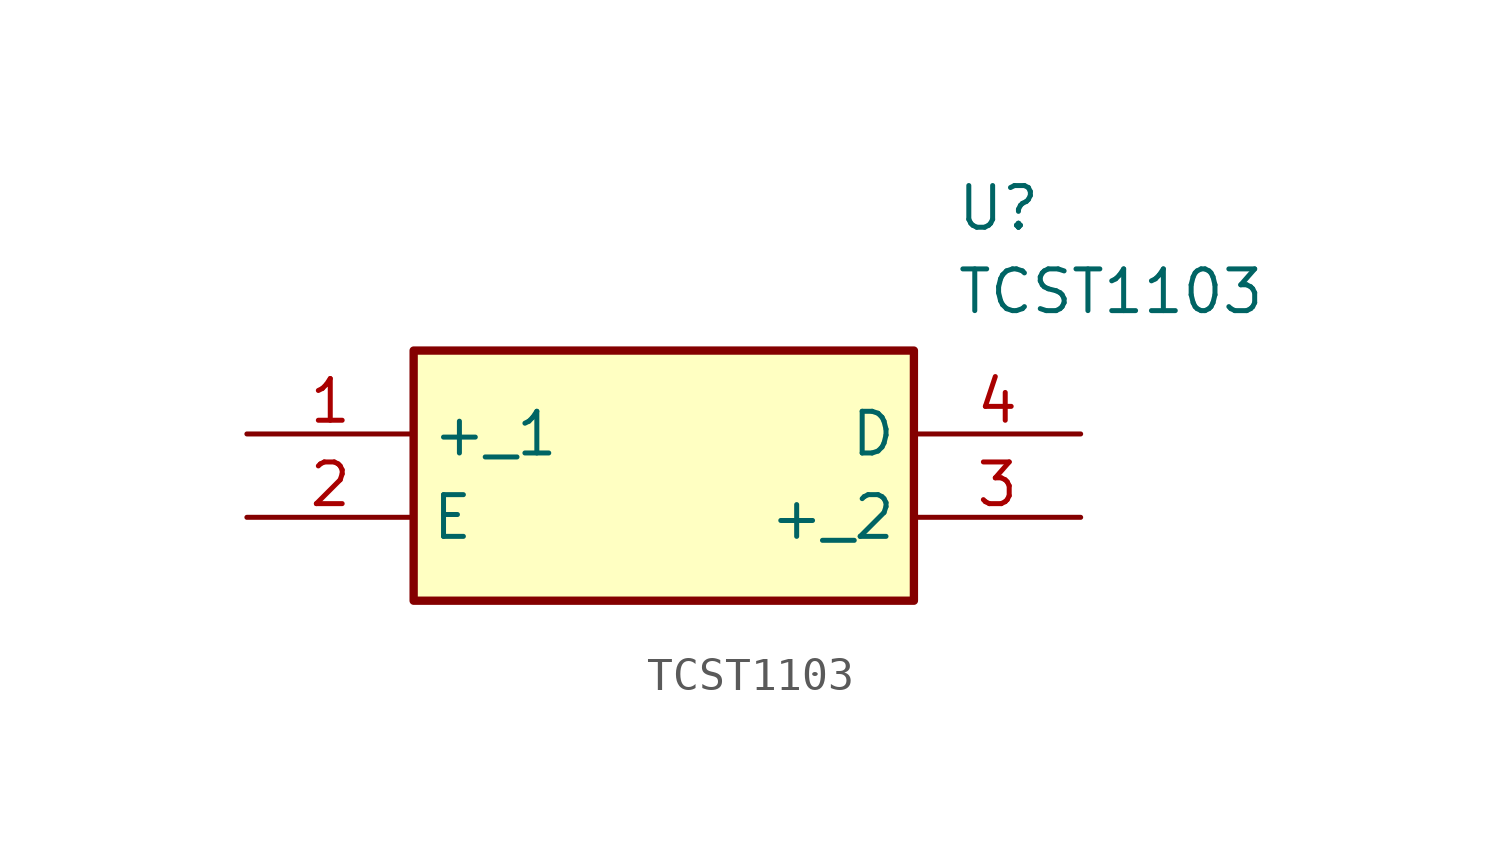
<source format=kicad_sym>
(kicad_symbol_lib
  (version 20211014)
  (generator SamacSys_ECAD_Model)
  (symbol "TCST1103"
    (property "Reference" "U"
      (at 21.59 7.62 0)
      (effects (font (size 1.27 1.27)) (justify left top)))
    (property "Value" "TCST1103"
      (at 21.59 5.08 0)
      (effects (font (size 1.27 1.27)) (justify left top)))
    (rectangle
      (start 5.08 2.54)
      (end 20.32 -5.08)
      (stroke (width 0.254) (type default))
      (fill (type background)))
    (pin passive line
      (at 0 0 0)
      (length 5.08)
      (name "+_1" (effects (font (size 1.27 1.27))))
      (number "1" (effects (font (size 1.27 1.27)))))
    (pin passive line
      (at 0 -2.54 0)
      (length 5.08)
      (name "E" (effects (font (size 1.27 1.27))))
      (number "2" (effects (font (size 1.27 1.27)))))
    (pin passive line
      (at 25.4 -2.54 180)
      (length 5.08)
      (name "+_2" (effects (font (size 1.27 1.27))))
      (number "3" (effects (font (size 1.27 1.27)))))
    (pin passive line
      (at 25.4 0 180)
      (length 5.08)
      (name "D" (effects (font (size 1.27 1.27))))
      (number "4" (effects (font (size 1.27 1.27)))))))
</source>
